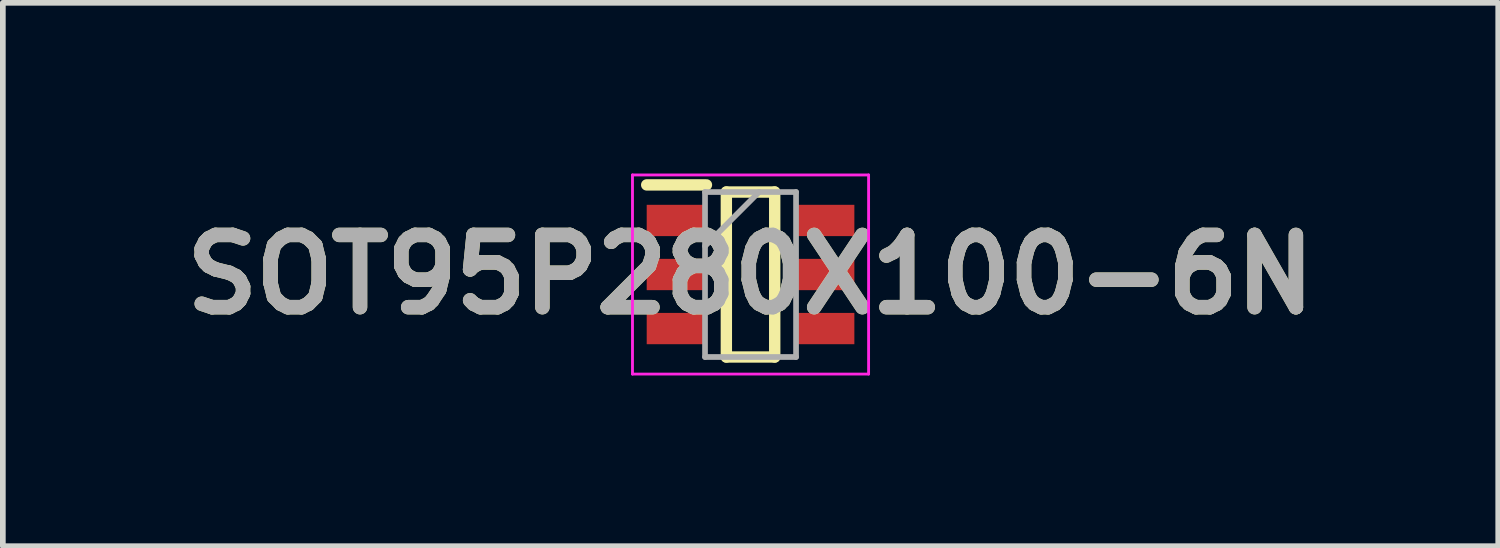
<source format=kicad_pcb>
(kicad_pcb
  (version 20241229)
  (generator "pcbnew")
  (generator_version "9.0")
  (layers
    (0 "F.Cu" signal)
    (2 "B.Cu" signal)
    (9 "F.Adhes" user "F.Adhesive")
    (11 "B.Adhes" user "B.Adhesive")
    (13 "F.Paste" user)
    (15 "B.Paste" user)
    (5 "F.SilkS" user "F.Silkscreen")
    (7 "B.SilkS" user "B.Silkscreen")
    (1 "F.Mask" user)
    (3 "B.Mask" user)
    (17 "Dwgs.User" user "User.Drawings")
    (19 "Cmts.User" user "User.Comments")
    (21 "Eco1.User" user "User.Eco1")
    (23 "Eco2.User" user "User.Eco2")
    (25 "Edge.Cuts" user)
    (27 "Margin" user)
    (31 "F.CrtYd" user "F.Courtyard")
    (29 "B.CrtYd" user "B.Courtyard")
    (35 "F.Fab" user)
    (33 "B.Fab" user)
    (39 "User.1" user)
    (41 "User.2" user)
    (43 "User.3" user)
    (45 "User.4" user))
  (footprint "SOT95P280X100-6N"
    (layer "F.Cu")
    (at 10.142 1.775)
    (property "Reference" "SOT95P280X100-6N" (at 0 0 0) (layer "F.SilkS") (effects (font (size 1.27 1.27) (thickness 0.254))))
    (attr smd)
    (fp_line (start -1.825 -1.575) (end -0.775 -1.575) (stroke (width 0.2) (type solid)) (layer "F.SilkS"))
    (fp_line (start -0.425 -1.45) (end 0.425 -1.45) (stroke (width 0.2) (type solid)) (layer "F.SilkS"))
    (fp_line (start -0.425 1.45) (end -0.425 -1.45) (stroke (width 0.2) (type solid)) (layer "F.SilkS"))
    (fp_line (start 0.425 -1.45) (end 0.425 1.45) (stroke (width 0.2) (type solid)) (layer "F.SilkS"))
    (fp_line (start 0.425 1.45) (end -0.425 1.45) (stroke (width 0.2) (type solid)) (layer "F.SilkS"))
    (fp_line (start -2.075 -1.75) (end 2.075 -1.75) (stroke (width 0.05) (type solid)) (layer "F.CrtYd"))
    (fp_line (start -2.075 1.75) (end -2.075 -1.75) (stroke (width 0.05) (type solid)) (layer "F.CrtYd"))
    (fp_line (start 2.075 -1.75) (end 2.075 1.75) (stroke (width 0.05) (type solid)) (layer "F.CrtYd"))
    (fp_line (start 2.075 1.75) (end -2.075 1.75) (stroke (width 0.05) (type solid)) (layer "F.CrtYd"))
    (fp_line (start -0.8 -1.45) (end 0.8 -1.45) (stroke (width 0.1) (type solid)) (layer "F.Fab"))
    (fp_line (start -0.8 -0.5) (end 0.15 -1.45) (stroke (width 0.1) (type solid)) (layer "F.Fab"))
    (fp_line (start -0.8 1.45) (end -0.8 -1.45) (stroke (width 0.1) (type solid)) (layer "F.Fab"))
    (fp_line (start 0.8 -1.45) (end 0.8 1.45) (stroke (width 0.1) (type solid)) (layer "F.Fab"))
    (fp_line (start 0.8 1.45) (end -0.8 1.45) (stroke (width 0.1) (type solid)) (layer "F.Fab"))
    (fp_text user "${REFERENCE}" (at 0 0 0) (layer "F.Fab") (effects (font (size 1.27 1.27) (thickness 0.254))))
    (pad "1" smd rect (at -1.3 -0.95 90) (size 0.55 1.05) (layers "F.Cu" "F.Mask" "F.Paste"))
    (pad "2" smd rect (at -1.3 0 90) (size 0.55 1.05) (layers "F.Cu" "F.Mask" "F.Paste"))
    (pad "3" smd rect (at -1.3 0.95 90) (size 0.55 1.05) (layers "F.Cu" "F.Mask" "F.Paste"))
    (pad "4" smd rect (at 1.3 0.95 90) (size 0.55 1.05) (layers "F.Cu" "F.Mask" "F.Paste"))
    (pad "5" smd rect (at 1.3 0 90) (size 0.55 1.05) (layers "F.Cu" "F.Mask" "F.Paste"))
    (pad "6" smd rect (at 1.3 -0.95 90) (size 0.55 1.05) (layers "F.Cu" "F.Mask" "F.Paste")))
  (gr_rect
    (start -3 -3)
    (end 23.284 6.55)
    (stroke (width 0.1) (type default))
    (fill no)
    (layer "Edge.Cuts")))
</source>
